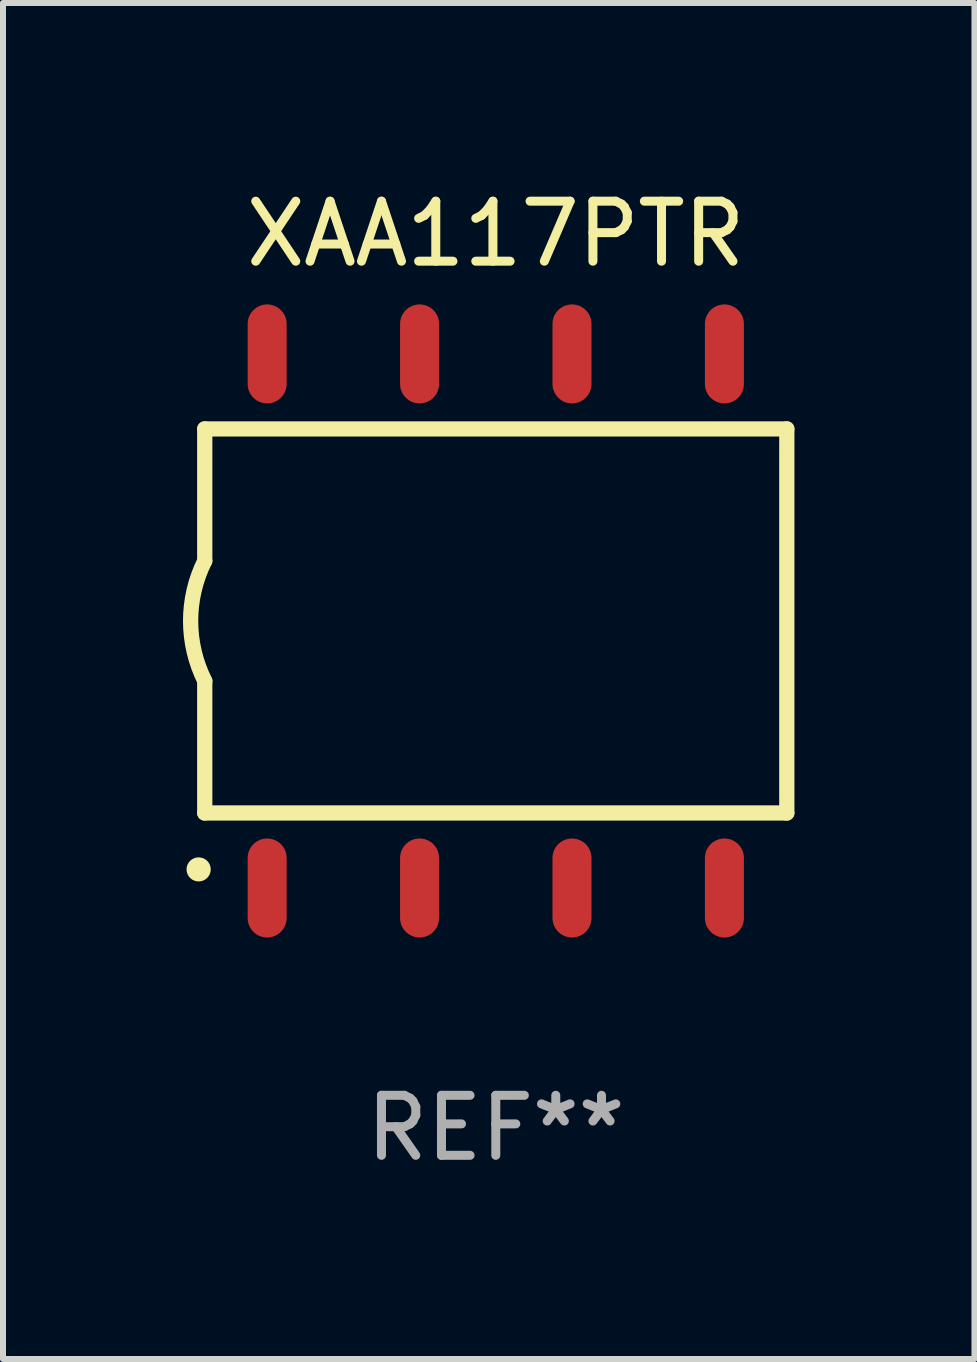
<source format=kicad_pcb>
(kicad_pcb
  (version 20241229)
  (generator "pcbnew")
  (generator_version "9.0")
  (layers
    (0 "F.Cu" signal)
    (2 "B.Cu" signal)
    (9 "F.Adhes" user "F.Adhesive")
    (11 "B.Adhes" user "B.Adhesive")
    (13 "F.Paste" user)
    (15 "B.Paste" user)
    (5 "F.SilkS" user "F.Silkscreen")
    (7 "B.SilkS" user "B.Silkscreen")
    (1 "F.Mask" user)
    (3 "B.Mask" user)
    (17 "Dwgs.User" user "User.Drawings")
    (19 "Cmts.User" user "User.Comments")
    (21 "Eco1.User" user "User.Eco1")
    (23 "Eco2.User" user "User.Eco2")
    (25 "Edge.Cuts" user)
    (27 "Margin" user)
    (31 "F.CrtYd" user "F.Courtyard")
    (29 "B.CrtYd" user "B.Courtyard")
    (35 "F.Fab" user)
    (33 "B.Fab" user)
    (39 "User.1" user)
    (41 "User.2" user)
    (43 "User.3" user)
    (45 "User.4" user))
  (footprint "XAA117PTR"
    (layer "F.Cu")
    (at 5.212 7.298)
    (property "Reference" "XAA117PTR" (at 0 -6.45 0) (layer "F.SilkS") (effects (font (size 1 1) (thickness 0.15))))
    (attr through_hole)
    (fp_line (start -4.85 -3.2) (end -4.85 -1) (stroke (width 0.254) (type solid)) (layer "F.SilkS"))
    (fp_line (start -4.85 -3.2) (end 4.85 -3.2) (stroke (width 0.254) (type solid)) (layer "F.SilkS"))
    (fp_line (start -4.85 3.2) (end -4.85 1) (stroke (width 0.254) (type solid)) (layer "F.SilkS"))
    (fp_line (start 4.85 -3.2) (end 4.85 3.2) (stroke (width 0.254) (type solid)) (layer "F.SilkS"))
    (fp_line (start 4.85 3.2) (end -4.85 3.2) (stroke (width 0.254) (type solid)) (layer "F.SilkS"))
    (fp_arc (start -4.95301 4.140208) (mid -4.95174 4.140204) (end -4.95047 4.140208) (stroke (width 0.4) (type solid)) (layer "F.SilkS"))
    (fp_arc (start -4.84887 1.000762) (mid -5.085418 0.000516) (end -4.850013 -1) (stroke (width 0.254001) (type solid)) (layer "F.SilkS"))
    (fp_text user "REF**" (at 0 8.45 0) (layer "F.Fab") (effects (font (size 1 1) (thickness 0.15))))
    (pad "1" smd oval (at -3.81 4.45) (size 0.65 1.65) (layers "F.Cu" "F.Mask" "F.Paste"))
    (pad "2" smd oval (at -1.27 4.45) (size 0.65 1.65) (layers "F.Cu" "F.Mask" "F.Paste"))
    (pad "3" smd oval (at 1.27 4.45) (size 0.65 1.65) (layers "F.Cu" "F.Mask" "F.Paste"))
    (pad "4" smd oval (at 3.81 4.45) (size 0.65 1.65) (layers "F.Cu" "F.Mask" "F.Paste"))
    (pad "5" smd oval (at 3.81 -4.45 180) (size 0.65 1.65) (layers "F.Cu" "F.Mask" "F.Paste"))
    (pad "6" smd oval (at 1.27 -4.45 180) (size 0.65 1.65) (layers "F.Cu" "F.Mask" "F.Paste"))
    (pad "7" smd oval (at -1.27 -4.45 180) (size 0.65 1.65) (layers "F.Cu" "F.Mask" "F.Paste"))
    (pad "8" smd oval (at -3.81 -4.45 180) (size 0.65 1.65) (layers "F.Cu" "F.Mask" "F.Paste")))
  (gr_rect
    (start -3 -3)
    (end 13.189 19.597)
    (stroke (width 0.1) (type default))
    (fill no)
    (layer "Edge.Cuts")))
</source>
